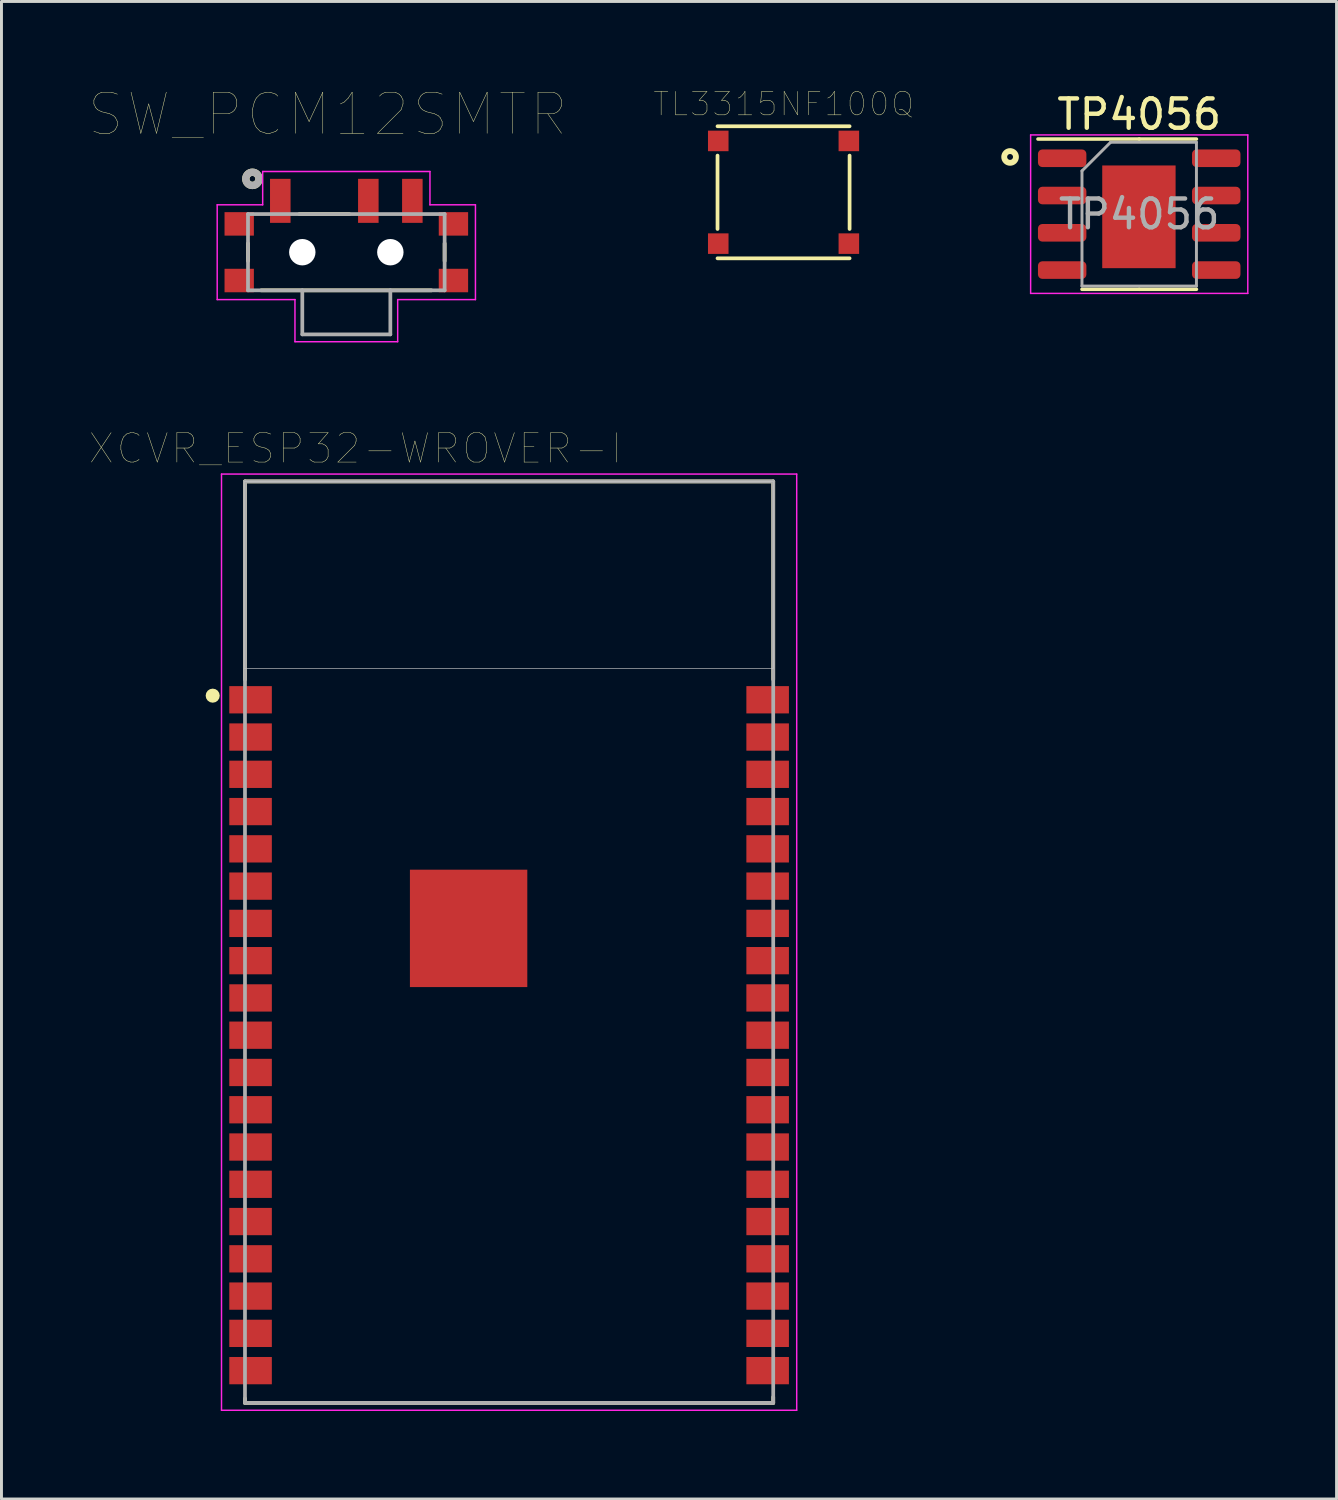
<source format=kicad_pcb>
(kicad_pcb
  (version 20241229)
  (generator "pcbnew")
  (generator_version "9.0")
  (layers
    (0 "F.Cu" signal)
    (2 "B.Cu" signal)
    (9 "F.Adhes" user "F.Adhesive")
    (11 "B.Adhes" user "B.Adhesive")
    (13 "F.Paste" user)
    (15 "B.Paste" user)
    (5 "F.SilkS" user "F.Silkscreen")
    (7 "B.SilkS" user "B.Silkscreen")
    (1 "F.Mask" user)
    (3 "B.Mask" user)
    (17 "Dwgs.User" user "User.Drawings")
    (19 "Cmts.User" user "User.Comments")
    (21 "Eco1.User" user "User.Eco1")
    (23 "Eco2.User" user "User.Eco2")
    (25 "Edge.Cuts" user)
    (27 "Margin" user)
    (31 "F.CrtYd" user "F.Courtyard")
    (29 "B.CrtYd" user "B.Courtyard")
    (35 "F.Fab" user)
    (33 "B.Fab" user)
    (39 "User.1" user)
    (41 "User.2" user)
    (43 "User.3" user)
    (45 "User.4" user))
  (footprint "XCVR_ESP32-WROVER-I"
    (layer "F.Cu")
    (at 14.298 29.055)
    (property "Reference" "XCVR_ESP32-WROVER-I" (at -5.237 -16.823 0) (layer "F.SilkS") (effects (font (size 1.002 1.002) (thickness 0.015))))
    (attr through_hole)
    (fp_line (start -9 -15.7) (end 9 -15.7) (stroke (width 0.127) (type solid)) (layer "F.SilkS"))
    (fp_line (start -9 -8.95) (end -9 -15.7) (stroke (width 0.127) (type solid)) (layer "F.SilkS"))
    (fp_line (start -9 15.55) (end -9 15.7) (stroke (width 0.127) (type solid)) (layer "F.SilkS"))
    (fp_line (start -9 15.7) (end 9 15.7) (stroke (width 0.127) (type solid)) (layer "F.SilkS"))
    (fp_line (start 9 -15.7) (end 9 -8.95) (stroke (width 0.127) (type solid)) (layer "F.SilkS"))
    (fp_line (start 9 15.7) (end 9 15.5) (stroke (width 0.127) (type solid)) (layer "F.SilkS"))
    (fp_circle (center -10.1 -8.4) (end -9.98 -8.4) (stroke (width 0.24) (type solid)) (fill no) (layer "F.SilkS"))
    (fp_poly (pts (xy -2.648 -1.735) (xy -0.115 -1.735) (xy -0.115 0.796) (xy -2.648 0.796)) (stroke (width 0.01) (type solid)) (fill yes) (layer "F.Paste"))
    (fp_poly (pts (xy -9.03 -15.7) (xy 9 -15.7) (xy 9 -9.331) (xy -9.03 -9.331)) (stroke (width 0.01) (type solid)) (fill no) (layer "Dwgs.User"))
    (fp_poly (pts (xy -9.029 -15.7) (xy 9 -15.7) (xy 9 -9.33) (xy -9.029 -9.33)) (stroke (width 0.01) (type solid)) (fill no) (layer "Dwgs.User"))
    (fp_poly (pts (xy -9.023 -15.7) (xy 9 -15.7) (xy 9 -9.324) (xy -9.023 -9.324)) (stroke (width 0.01) (type solid)) (fill no) (layer "Dwgs.User"))
    (fp_line (start -9.8 -15.95) (end 9.8 -15.95) (stroke (width 0.05) (type solid)) (layer "F.CrtYd"))
    (fp_line (start -9.8 15.95) (end -9.8 -15.95) (stroke (width 0.05) (type solid)) (layer "F.CrtYd"))
    (fp_line (start 9.8 -15.95) (end 9.8 15.95) (stroke (width 0.05) (type solid)) (layer "F.CrtYd"))
    (fp_line (start 9.8 15.95) (end -9.8 15.95) (stroke (width 0.05) (type solid)) (layer "F.CrtYd"))
    (fp_line (start -9 -15.7) (end 9 -15.7) (stroke (width 0.127) (type solid)) (layer "F.Fab"))
    (fp_line (start -9 15.7) (end -9 -15.7) (stroke (width 0.127) (type solid)) (layer "F.Fab"))
    (fp_line (start 9 -15.7) (end 9 15.7) (stroke (width 0.127) (type solid)) (layer "F.Fab"))
    (fp_line (start 9 15.7) (end -9 15.7) (stroke (width 0.127) (type solid)) (layer "F.Fab"))
    (pad "1" smd rect (at -8.81 -8.26) (size 1.45 0.93) (layers "F.Cu" "F.Mask" "F.Paste"))
    (pad "2" smd rect (at -8.81 -6.99) (size 1.45 0.93) (layers "F.Cu" "F.Mask" "F.Paste"))
    (pad "3" smd rect (at -8.81 -5.72) (size 1.45 0.93) (layers "F.Cu" "F.Mask" "F.Paste"))
    (pad "4" smd rect (at -8.81 -4.45) (size 1.45 0.93) (layers "F.Cu" "F.Mask" "F.Paste"))
    (pad "5" smd rect (at -8.81 -3.18) (size 1.45 0.93) (layers "F.Cu" "F.Mask" "F.Paste"))
    (pad "6" smd rect (at -8.81 -1.91) (size 1.45 0.93) (layers "F.Cu" "F.Mask" "F.Paste"))
    (pad "7" smd rect (at -8.81 -0.64) (size 1.45 0.93) (layers "F.Cu" "F.Mask" "F.Paste"))
    (pad "8" smd rect (at -8.81 0.63) (size 1.45 0.93) (layers "F.Cu" "F.Mask" "F.Paste"))
    (pad "9" smd rect (at -8.81 1.9) (size 1.45 0.93) (layers "F.Cu" "F.Mask" "F.Paste"))
    (pad "10" smd rect (at -8.81 3.17) (size 1.45 0.93) (layers "F.Cu" "F.Mask" "F.Paste"))
    (pad "11" smd rect (at -8.81 4.44) (size 1.45 0.93) (layers "F.Cu" "F.Mask" "F.Paste"))
    (pad "12" smd rect (at -8.81 5.71) (size 1.45 0.93) (layers "F.Cu" "F.Mask" "F.Paste"))
    (pad "13" smd rect (at -8.81 6.98) (size 1.45 0.93) (layers "F.Cu" "F.Mask" "F.Paste"))
    (pad "14" smd rect (at -8.81 8.25) (size 1.45 0.93) (layers "F.Cu" "F.Mask" "F.Paste"))
    (pad "15" smd rect (at -8.81 9.52) (size 1.45 0.93) (layers "F.Cu" "F.Mask" "F.Paste"))
    (pad "16" smd rect (at -8.81 10.79) (size 1.45 0.93) (layers "F.Cu" "F.Mask" "F.Paste"))
    (pad "17" smd rect (at -8.81 12.06) (size 1.45 0.93) (layers "F.Cu" "F.Mask" "F.Paste"))
    (pad "18" smd rect (at -8.81 13.33) (size 1.45 0.93) (layers "F.Cu" "F.Mask" "F.Paste"))
    (pad "19" smd rect (at -8.81 14.6) (size 1.45 0.93) (layers "F.Cu" "F.Mask" "F.Paste"))
    (pad "20" smd rect (at 8.81 14.6) (size 1.45 0.93) (layers "F.Cu" "F.Mask" "F.Paste"))
    (pad "21" smd rect (at 8.81 13.33) (size 1.45 0.93) (layers "F.Cu" "F.Mask" "F.Paste"))
    (pad "22" smd rect (at 8.81 12.06) (size 1.45 0.93) (layers "F.Cu" "F.Mask" "F.Paste"))
    (pad "23" smd rect (at 8.81 10.79) (size 1.45 0.93) (layers "F.Cu" "F.Mask" "F.Paste"))
    (pad "24" smd rect (at 8.81 9.52) (size 1.45 0.93) (layers "F.Cu" "F.Mask" "F.Paste"))
    (pad "25" smd rect (at 8.81 8.25) (size 1.45 0.93) (layers "F.Cu" "F.Mask" "F.Paste"))
    (pad "26" smd rect (at 8.81 6.98) (size 1.45 0.93) (layers "F.Cu" "F.Mask" "F.Paste"))
    (pad "27" smd rect (at 8.81 5.71) (size 1.45 0.93) (layers "F.Cu" "F.Mask" "F.Paste"))
    (pad "28" smd rect (at 8.81 4.44) (size 1.45 0.93) (layers "F.Cu" "F.Mask" "F.Paste"))
    (pad "29" smd rect (at 8.81 3.17) (size 1.45 0.93) (layers "F.Cu" "F.Mask" "F.Paste"))
    (pad "30" smd rect (at 8.81 1.9) (size 1.45 0.93) (layers "F.Cu" "F.Mask" "F.Paste"))
    (pad "31" smd rect (at 8.81 0.63) (size 1.45 0.93) (layers "F.Cu" "F.Mask" "F.Paste"))
    (pad "32" smd rect (at 8.81 -0.64) (size 1.45 0.93) (layers "F.Cu" "F.Mask" "F.Paste"))
    (pad "33" smd rect (at 8.81 -1.91) (size 1.45 0.93) (layers "F.Cu" "F.Mask" "F.Paste"))
    (pad "34" smd rect (at 8.81 -3.18) (size 1.45 0.93) (layers "F.Cu" "F.Mask" "F.Paste"))
    (pad "35" smd rect (at 8.81 -4.45) (size 1.45 0.93) (layers "F.Cu" "F.Mask" "F.Paste"))
    (pad "36" smd rect (at 8.81 -5.72) (size 1.45 0.93) (layers "F.Cu" "F.Mask" "F.Paste"))
    (pad "37" smd rect (at 8.81 -6.99) (size 1.45 0.93) (layers "F.Cu" "F.Mask" "F.Paste"))
    (pad "38" smd rect (at 8.81 -8.26) (size 1.45 0.93) (layers "F.Cu" "F.Mask" "F.Paste"))
    (pad "39" smd rect (at -1.38 -0.47) (size 4 4) (layers "F.Cu" "F.Mask")))
  (footprint "TL3315NF100Q"
    (layer "F.Cu")
    (at 23.65 3.502)
    (property "Reference" "TL3315NF100Q" (at 0 -3.008 0) (layer "F.SilkS") (effects (font (size 0.8 0.8) (thickness 0.015))))
    (attr through_hole)
    (fp_line (start -2.25 -2.25) (end 2.25 -2.25) (stroke (width 0.127) (type solid)) (layer "F.SilkS"))
    (fp_line (start -2.25 1.25) (end -2.25 -1.25) (stroke (width 0.127) (type solid)) (layer "F.SilkS"))
    (fp_line (start 2.25 -1.25) (end 2.25 1.25) (stroke (width 0.127) (type solid)) (layer "F.SilkS"))
    (fp_line (start 2.25 2.25) (end -2.25 2.25) (stroke (width 0.127) (type solid)) (layer "F.SilkS"))
    (pad "1" smd rect (at -2.225 -1.75) (size 0.7 0.7) (layers "F.Cu" "F.Mask" "F.Paste"))
    (pad "2" smd rect (at 2.225 -1.75) (size 0.7 0.7) (layers "F.Cu" "F.Mask" "F.Paste"))
    (pad "3" smd rect (at -2.225 1.75) (size 0.7 0.7) (layers "F.Cu" "F.Mask" "F.Paste"))
    (pad "4" smd rect (at 2.225 1.75) (size 0.7 0.7) (layers "F.Cu" "F.Mask" "F.Paste")))
  (footprint "SW_PCM12SMTR"
    (layer "F.Cu")
    (at 8.751 5.544)
    (property "Reference" "SW_PCM12SMTR" (at -0.635 -4.699 0) (layer "F.SilkS") (effects (font (size 1.4 1.4) (thickness 0.015))))
    (attr through_hole)
    (fp_line (start -3.35 0.3) (end -3.35 -0.3) (stroke (width 0.127) (type solid)) (layer "F.SilkS"))
    (fp_line (start -2.9 1.3) (end 2.9 1.3) (stroke (width 0.127) (type solid)) (layer "F.SilkS"))
    (fp_line (start -1.6 -1.3) (end 0.1 -1.3) (stroke (width 0.127) (type solid)) (layer "F.SilkS"))
    (fp_line (start 3.35 -0.3) (end 3.35 0.3) (stroke (width 0.127) (type solid)) (layer "F.SilkS"))
    (fp_circle (center -3.2 -2.5) (end -3.1 -2.5) (stroke (width 0.25) (type solid)) (fill no) (layer "F.SilkS"))
    (fp_line (start -4.4 -1.615) (end -2.85 -1.615) (stroke (width 0.05) (type solid)) (layer "F.CrtYd"))
    (fp_line (start -4.4 1.615) (end -4.4 -1.615) (stroke (width 0.05) (type solid)) (layer "F.CrtYd"))
    (fp_line (start -2.85 -2.75) (end 2.85 -2.75) (stroke (width 0.05) (type solid)) (layer "F.CrtYd"))
    (fp_line (start -2.85 -1.615) (end -2.85 -2.75) (stroke (width 0.05) (type solid)) (layer "F.CrtYd"))
    (fp_line (start -1.75 1.615) (end -4.4 1.615) (stroke (width 0.05) (type solid)) (layer "F.CrtYd"))
    (fp_line (start -1.75 3.05) (end -1.75 1.615) (stroke (width 0.05) (type solid)) (layer "F.CrtYd"))
    (fp_line (start 1.75 1.615) (end 1.75 3.05) (stroke (width 0.05) (type solid)) (layer "F.CrtYd"))
    (fp_line (start 1.75 3.05) (end -1.75 3.05) (stroke (width 0.05) (type solid)) (layer "F.CrtYd"))
    (fp_line (start 2.85 -2.75) (end 2.85 -1.615) (stroke (width 0.05) (type solid)) (layer "F.CrtYd"))
    (fp_line (start 2.85 -1.615) (end 4.4 -1.615) (stroke (width 0.05) (type solid)) (layer "F.CrtYd"))
    (fp_line (start 4.4 -1.615) (end 4.4 1.615) (stroke (width 0.05) (type solid)) (layer "F.CrtYd"))
    (fp_line (start 4.4 1.615) (end 1.75 1.615) (stroke (width 0.05) (type solid)) (layer "F.CrtYd"))
    (fp_line (start -3.35 -1.3) (end 3.35 -1.3) (stroke (width 0.127) (type solid)) (layer "F.Fab"))
    (fp_line (start -3.35 1.3) (end -3.35 -1.3) (stroke (width 0.127) (type solid)) (layer "F.Fab"))
    (fp_line (start -1.5 1.3) (end -3.35 1.3) (stroke (width 0.127) (type solid)) (layer "F.Fab"))
    (fp_line (start -1.5 1.3) (end -1.5 2.8) (stroke (width 0.127) (type solid)) (layer "F.Fab"))
    (fp_line (start -1.5 2.8) (end 1.5 2.8) (stroke (width 0.127) (type solid)) (layer "F.Fab"))
    (fp_line (start 1.5 1.3) (end -1.5 1.3) (stroke (width 0.127) (type solid)) (layer "F.Fab"))
    (fp_line (start 1.5 2.8) (end 1.5 1.3) (stroke (width 0.127) (type solid)) (layer "F.Fab"))
    (fp_line (start 3.35 -1.3) (end 3.35 1.3) (stroke (width 0.127) (type solid)) (layer "F.Fab"))
    (fp_line (start 3.35 1.3) (end 1.5 1.3) (stroke (width 0.127) (type solid)) (layer "F.Fab"))
    (fp_circle (center -3.2 -2.5) (end -3.1 -2.5) (stroke (width 0.25) (type solid)) (fill no) (layer "F.Fab"))
    (pad "" np_thru_hole circle (at -1.5 0) (size 0.9 0.9) (drill 0.9) (layers "*.Cu" "*.Mask"))
    (pad "" np_thru_hole circle (at 1.5 0) (size 0.9 0.9) (drill 0.9) (layers "*.Cu" "*.Mask"))
    (pad "1" smd rect (at -2.25 -1.75) (size 0.7 1.5) (layers "F.Cu" "F.Mask" "F.Paste"))
    (pad "2" smd rect (at 0.75 -1.75) (size 0.7 1.5) (layers "F.Cu" "F.Mask" "F.Paste"))
    (pad "3" smd rect (at 2.25 -1.75) (size 0.7 1.5) (layers "F.Cu" "F.Mask" "F.Paste"))
    (pad "S1" smd rect (at -3.65 -0.965) (size 1 0.8) (layers "F.Cu" "F.Mask" "F.Paste"))
    (pad "S2" smd rect (at -3.65 0.965) (size 1 0.8) (layers "F.Cu" "F.Mask" "F.Paste"))
    (pad "S3" smd rect (at 3.65 0.965) (size 1 0.8) (layers "F.Cu" "F.Mask" "F.Paste"))
    (pad "S4" smd rect (at 3.65 -0.965) (size 1 0.8) (layers "F.Cu" "F.Mask" "F.Paste")))
  (footprint "TP4056"
    (layer "F.Cu")
    (at 35.769 4.248)
    (property "Reference" "TP4056" (at 0 -3.4 0) (layer "F.SilkS") (effects (font (size 1 1) (thickness 0.15))))
    (attr smd)
    (fp_line (start 0 -2.56) (end -3.45 -2.56) (stroke (width 0.12) (type solid)) (layer "F.SilkS"))
    (fp_line (start 0 -2.56) (end 1.95 -2.56) (stroke (width 0.12) (type solid)) (layer "F.SilkS"))
    (fp_line (start 0 2.56) (end -1.95 2.56) (stroke (width 0.12) (type solid)) (layer "F.SilkS"))
    (fp_line (start 0 2.56) (end 1.95 2.56) (stroke (width 0.12) (type solid)) (layer "F.SilkS"))
    (fp_circle (center -4.4 -1.95) (end -4.2 -1.95) (stroke (width 0.2) (type solid)) (fill no) (layer "F.SilkS"))
    (fp_line (start -3.7 -2.7) (end -3.7 2.7) (stroke (width 0.05) (type solid)) (layer "F.CrtYd"))
    (fp_line (start -3.7 2.7) (end 3.7 2.7) (stroke (width 0.05) (type solid)) (layer "F.CrtYd"))
    (fp_line (start 3.7 -2.7) (end -3.7 -2.7) (stroke (width 0.05) (type solid)) (layer "F.CrtYd"))
    (fp_line (start 3.7 2.7) (end 3.7 -2.7) (stroke (width 0.05) (type solid)) (layer "F.CrtYd"))
    (fp_line (start -1.95 -1.475) (end -0.975 -2.45) (stroke (width 0.1) (type solid)) (layer "F.Fab"))
    (fp_line (start -1.95 2.45) (end -1.95 -1.475) (stroke (width 0.1) (type solid)) (layer "F.Fab"))
    (fp_line (start -0.975 -2.45) (end 1.95 -2.45) (stroke (width 0.1) (type solid)) (layer "F.Fab"))
    (fp_line (start 1.95 -2.45) (end 1.95 2.45) (stroke (width 0.1) (type solid)) (layer "F.Fab"))
    (fp_line (start 1.95 2.45) (end -1.95 2.45) (stroke (width 0.1) (type solid)) (layer "F.Fab"))
    (fp_text user "${REFERENCE}" (at 0 0 0) (layer "F.Fab") (effects (font (size 0.98 0.98) (thickness 0.15))))
    (pad "1" smd roundrect (at -2.625 -1.905) (size 1.65 0.6) (layers "F.Cu" "F.Mask" "F.Paste") (roundrect_rratio 0.25))
    (pad "2" smd roundrect (at -2.625 -0.635) (size 1.65 0.6) (layers "F.Cu" "F.Mask" "F.Paste") (roundrect_rratio 0.25))
    (pad "3" smd roundrect (at -2.625 0.635) (size 1.65 0.6) (layers "F.Cu" "F.Mask" "F.Paste") (roundrect_rratio 0.25))
    (pad "4" smd roundrect (at -2.625 1.905) (size 1.65 0.6) (layers "F.Cu" "F.Mask" "F.Paste") (roundrect_rratio 0.25))
    (pad "5" smd roundrect (at 2.625 1.905) (size 1.65 0.6) (layers "F.Cu" "F.Mask" "F.Paste") (roundrect_rratio 0.25))
    (pad "6" smd roundrect (at 2.625 0.635) (size 1.65 0.6) (layers "F.Cu" "F.Mask" "F.Paste") (roundrect_rratio 0.25))
    (pad "7" smd roundrect (at 2.625 -0.635) (size 1.65 0.6) (layers "F.Cu" "F.Mask" "F.Paste") (roundrect_rratio 0.25))
    (pad "8" smd roundrect (at 2.625 -1.905) (size 1.65 0.6) (layers "F.Cu" "F.Mask" "F.Paste") (roundrect_rratio 0.25))
    (pad "9" smd rect (at -0.01 0.09) (size 2.5 3.5) (layers "F.Cu" "F.Mask" "F.Paste")))
  (gr_rect
    (start -3 -3)
    (end 42.494 48.03)
    (stroke (width 0.1) (type default))
    (fill no)
    (layer "Edge.Cuts")))
</source>
